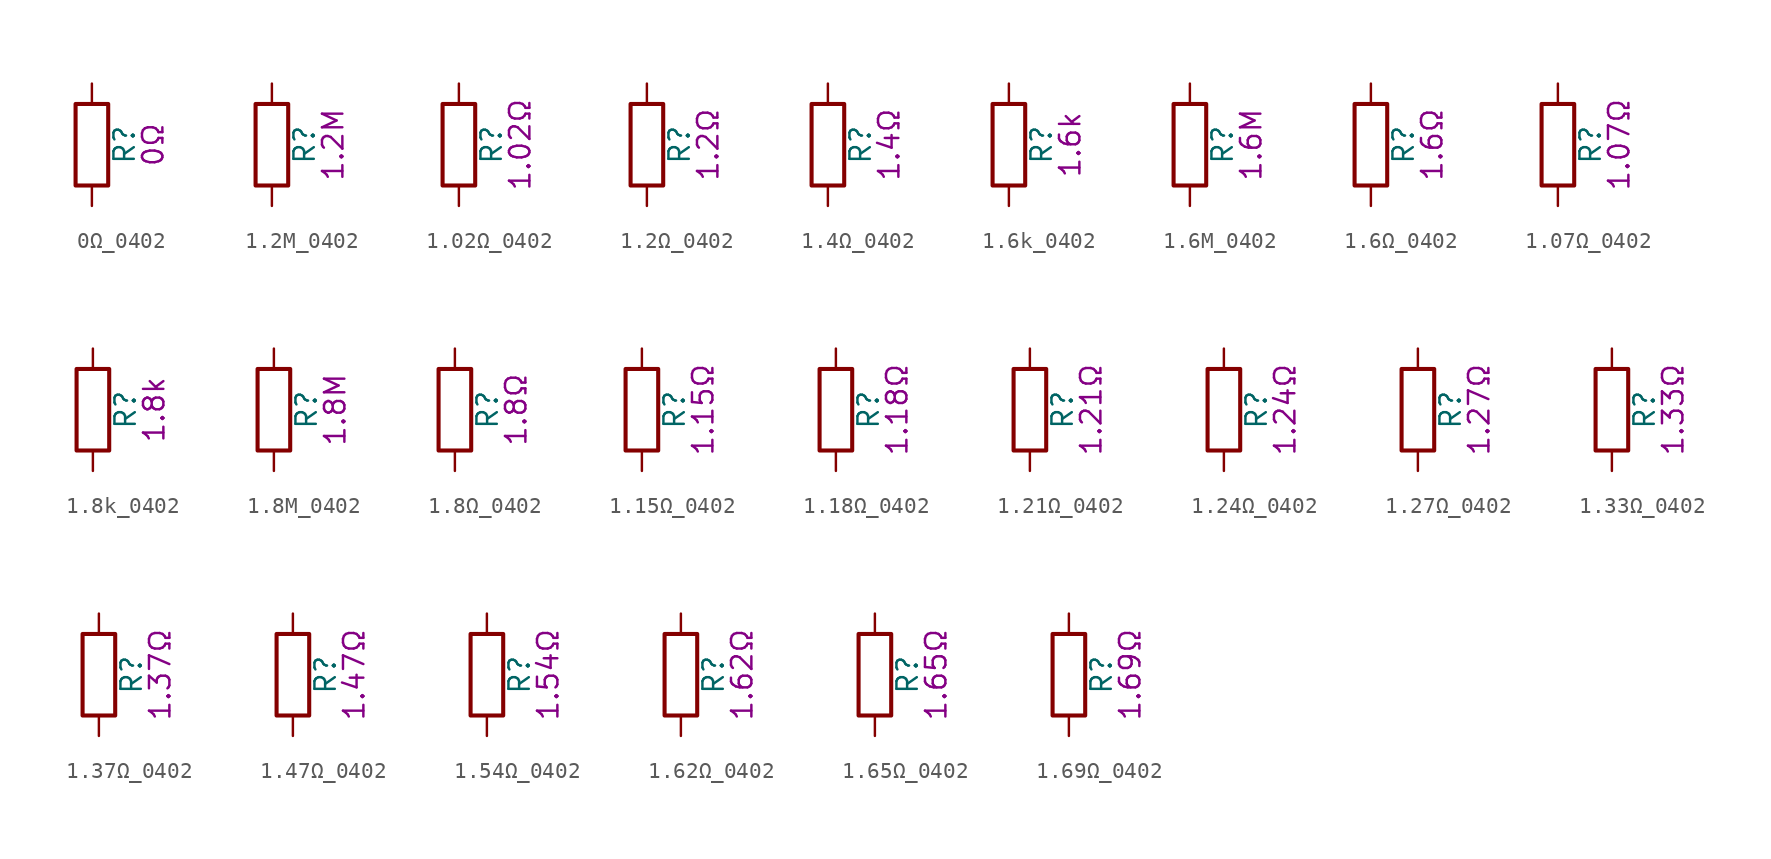
<source format=kicad_sym>
(kicad_symbol_lib
  (version 20211014)
  (generator kicad_symbol_editor)
  (symbol "0Ω_0402"
    (pin_numbers hide)
    (pin_names
      (offset 0))
    (property "Reference" "R"
      (at 2.032 0 90)
      (effects (font (size 1.27 1.27))))
    (property "Display" "0Ω"
      (at 3.81 0 90)
      (effects (font (size 1.27 1.27))))
    (symbol "0Ω_0402_0_1"
      (rectangle (start -1.016 -2.54) (end 1.016 2.54) (stroke (width 0.254) (type default) (color 0 0 0 0)) (fill (type none))))
    (symbol "0Ω_0402_1_1"
      (pin passive line (at 0 3.81 270) (length 1.27) (name "~" (effects (font (size 1.27 1.27)))) (number "1" (effects (font (size 1.27 1.27)))))
      (pin passive line (at 0 -3.81 90) (length 1.27) (name "~" (effects (font (size 1.27 1.27)))) (number "2" (effects (font (size 1.27 1.27)))))))
  (symbol "1.2M_0402"
    (pin_numbers hide)
    (pin_names
      (offset 0))
    (property "Reference" "R"
      (at 2.032 0 90)
      (effects (font (size 1.27 1.27))))
    (property "Display" "1.2M"
      (at 3.81 0 90)
      (effects (font (size 1.27 1.27))))
    (symbol "1.2M_0402_0_1"
      (rectangle (start -1.016 -2.54) (end 1.016 2.54) (stroke (width 0.254) (type default) (color 0 0 0 0)) (fill (type none))))
    (symbol "1.2M_0402_1_1"
      (pin passive line (at 0 3.81 270) (length 1.27) (name "~" (effects (font (size 1.27 1.27)))) (number "1" (effects (font (size 1.27 1.27)))))
      (pin passive line (at 0 -3.81 90) (length 1.27) (name "~" (effects (font (size 1.27 1.27)))) (number "2" (effects (font (size 1.27 1.27)))))))
  (symbol "1.02Ω_0402"
    (pin_numbers hide)
    (pin_names
      (offset 0))
    (property "Reference" "R"
      (at 2.032 0 90)
      (effects (font (size 1.27 1.27))))
    (property "Display" "1.02Ω"
      (at 3.81 0 90)
      (effects (font (size 1.27 1.27))))
    (symbol "1.02Ω_0402_0_1"
      (rectangle (start -1.016 -2.54) (end 1.016 2.54) (stroke (width 0.254) (type default) (color 0 0 0 0)) (fill (type none))))
    (symbol "1.02Ω_0402_1_1"
      (pin passive line (at 0 3.81 270) (length 1.27) (name "~" (effects (font (size 1.27 1.27)))) (number "1" (effects (font (size 1.27 1.27)))))
      (pin passive line (at 0 -3.81 90) (length 1.27) (name "~" (effects (font (size 1.27 1.27)))) (number "2" (effects (font (size 1.27 1.27)))))))
  (symbol "1.2Ω_0402"
    (pin_numbers hide)
    (pin_names
      (offset 0))
    (property "Reference" "R"
      (at 2.032 0 90)
      (effects (font (size 1.27 1.27))))
    (property "Display" "1.2Ω"
      (at 3.81 0 90)
      (effects (font (size 1.27 1.27))))
    (symbol "1.2Ω_0402_0_1"
      (rectangle (start -1.016 -2.54) (end 1.016 2.54) (stroke (width 0.254) (type default) (color 0 0 0 0)) (fill (type none))))
    (symbol "1.2Ω_0402_1_1"
      (pin passive line (at 0 3.81 270) (length 1.27) (name "~" (effects (font (size 1.27 1.27)))) (number "1" (effects (font (size 1.27 1.27)))))
      (pin passive line (at 0 -3.81 90) (length 1.27) (name "~" (effects (font (size 1.27 1.27)))) (number "2" (effects (font (size 1.27 1.27)))))))
  (symbol "1.4Ω_0402"
    (pin_numbers hide)
    (pin_names
      (offset 0))
    (property "Reference" "R"
      (at 2.032 0 90)
      (effects (font (size 1.27 1.27))))
    (property "Display" "1.4Ω"
      (at 3.81 0 90)
      (effects (font (size 1.27 1.27))))
    (symbol "1.4Ω_0402_0_1"
      (rectangle (start -1.016 -2.54) (end 1.016 2.54) (stroke (width 0.254) (type default) (color 0 0 0 0)) (fill (type none))))
    (symbol "1.4Ω_0402_1_1"
      (pin passive line (at 0 3.81 270) (length 1.27) (name "~" (effects (font (size 1.27 1.27)))) (number "1" (effects (font (size 1.27 1.27)))))
      (pin passive line (at 0 -3.81 90) (length 1.27) (name "~" (effects (font (size 1.27 1.27)))) (number "2" (effects (font (size 1.27 1.27)))))))
  (symbol "1.6k_0402"
    (pin_numbers hide)
    (pin_names
      (offset 0))
    (property "Reference" "R"
      (at 2.032 0 90)
      (effects (font (size 1.27 1.27))))
    (property "Display" "1.6k"
      (at 3.81 0 90)
      (effects (font (size 1.27 1.27))))
    (symbol "1.6k_0402_0_1"
      (rectangle (start -1.016 -2.54) (end 1.016 2.54) (stroke (width 0.254) (type default) (color 0 0 0 0)) (fill (type none))))
    (symbol "1.6k_0402_1_1"
      (pin passive line (at 0 3.81 270) (length 1.27) (name "~" (effects (font (size 1.27 1.27)))) (number "1" (effects (font (size 1.27 1.27)))))
      (pin passive line (at 0 -3.81 90) (length 1.27) (name "~" (effects (font (size 1.27 1.27)))) (number "2" (effects (font (size 1.27 1.27)))))))
  (symbol "1.6M_0402"
    (pin_numbers hide)
    (pin_names
      (offset 0))
    (property "Reference" "R"
      (at 2.032 0 90)
      (effects (font (size 1.27 1.27))))
    (property "Display" "1.6M"
      (at 3.81 0 90)
      (effects (font (size 1.27 1.27))))
    (symbol "1.6M_0402_0_1"
      (rectangle (start -1.016 -2.54) (end 1.016 2.54) (stroke (width 0.254) (type default) (color 0 0 0 0)) (fill (type none))))
    (symbol "1.6M_0402_1_1"
      (pin passive line (at 0 3.81 270) (length 1.27) (name "~" (effects (font (size 1.27 1.27)))) (number "1" (effects (font (size 1.27 1.27)))))
      (pin passive line (at 0 -3.81 90) (length 1.27) (name "~" (effects (font (size 1.27 1.27)))) (number "2" (effects (font (size 1.27 1.27)))))))
  (symbol "1.6Ω_0402"
    (pin_numbers hide)
    (pin_names
      (offset 0))
    (property "Reference" "R"
      (at 2.032 0 90)
      (effects (font (size 1.27 1.27))))
    (property "Display" "1.6Ω"
      (at 3.81 0 90)
      (effects (font (size 1.27 1.27))))
    (symbol "1.6Ω_0402_0_1"
      (rectangle (start -1.016 -2.54) (end 1.016 2.54) (stroke (width 0.254) (type default) (color 0 0 0 0)) (fill (type none))))
    (symbol "1.6Ω_0402_1_1"
      (pin passive line (at 0 3.81 270) (length 1.27) (name "~" (effects (font (size 1.27 1.27)))) (number "1" (effects (font (size 1.27 1.27)))))
      (pin passive line (at 0 -3.81 90) (length 1.27) (name "~" (effects (font (size 1.27 1.27)))) (number "2" (effects (font (size 1.27 1.27)))))))
  (symbol "1.07Ω_0402"
    (pin_numbers hide)
    (pin_names
      (offset 0))
    (property "Reference" "R"
      (at 2.032 0 90)
      (effects (font (size 1.27 1.27))))
    (property "Display" "1.07Ω"
      (at 3.81 0 90)
      (effects (font (size 1.27 1.27))))
    (symbol "1.07Ω_0402_0_1"
      (rectangle (start -1.016 -2.54) (end 1.016 2.54) (stroke (width 0.254) (type default) (color 0 0 0 0)) (fill (type none))))
    (symbol "1.07Ω_0402_1_1"
      (pin passive line (at 0 3.81 270) (length 1.27) (name "~" (effects (font (size 1.27 1.27)))) (number "1" (effects (font (size 1.27 1.27)))))
      (pin passive line (at 0 -3.81 90) (length 1.27) (name "~" (effects (font (size 1.27 1.27)))) (number "2" (effects (font (size 1.27 1.27)))))))
  (symbol "1.8k_0402"
    (pin_numbers hide)
    (pin_names
      (offset 0))
    (property "Reference" "R"
      (at 2.032 0 90)
      (effects (font (size 1.27 1.27))))
    (property "Display" "1.8k"
      (at 3.81 0 90)
      (effects (font (size 1.27 1.27))))
    (symbol "1.8k_0402_0_1"
      (rectangle (start -1.016 -2.54) (end 1.016 2.54) (stroke (width 0.254) (type default) (color 0 0 0 0)) (fill (type none))))
    (symbol "1.8k_0402_1_1"
      (pin passive line (at 0 3.81 270) (length 1.27) (name "~" (effects (font (size 1.27 1.27)))) (number "1" (effects (font (size 1.27 1.27)))))
      (pin passive line (at 0 -3.81 90) (length 1.27) (name "~" (effects (font (size 1.27 1.27)))) (number "2" (effects (font (size 1.27 1.27)))))))
  (symbol "1.8M_0402"
    (pin_numbers hide)
    (pin_names
      (offset 0))
    (property "Reference" "R"
      (at 2.032 0 90)
      (effects (font (size 1.27 1.27))))
    (property "Display" "1.8M"
      (at 3.81 0 90)
      (effects (font (size 1.27 1.27))))
    (symbol "1.8M_0402_0_1"
      (rectangle (start -1.016 -2.54) (end 1.016 2.54) (stroke (width 0.254) (type default) (color 0 0 0 0)) (fill (type none))))
    (symbol "1.8M_0402_1_1"
      (pin passive line (at 0 3.81 270) (length 1.27) (name "~" (effects (font (size 1.27 1.27)))) (number "1" (effects (font (size 1.27 1.27)))))
      (pin passive line (at 0 -3.81 90) (length 1.27) (name "~" (effects (font (size 1.27 1.27)))) (number "2" (effects (font (size 1.27 1.27)))))))
  (symbol "1.8Ω_0402"
    (pin_numbers hide)
    (pin_names
      (offset 0))
    (property "Reference" "R"
      (at 2.032 0 90)
      (effects (font (size 1.27 1.27))))
    (property "Display" "1.8Ω"
      (at 3.81 0 90)
      (effects (font (size 1.27 1.27))))
    (symbol "1.8Ω_0402_0_1"
      (rectangle (start -1.016 -2.54) (end 1.016 2.54) (stroke (width 0.254) (type default) (color 0 0 0 0)) (fill (type none))))
    (symbol "1.8Ω_0402_1_1"
      (pin passive line (at 0 3.81 270) (length 1.27) (name "~" (effects (font (size 1.27 1.27)))) (number "1" (effects (font (size 1.27 1.27)))))
      (pin passive line (at 0 -3.81 90) (length 1.27) (name "~" (effects (font (size 1.27 1.27)))) (number "2" (effects (font (size 1.27 1.27)))))))
  (symbol "1.15Ω_0402"
    (pin_numbers hide)
    (pin_names
      (offset 0))
    (property "Reference" "R"
      (at 2.032 0 90)
      (effects (font (size 1.27 1.27))))
    (property "Display" "1.15Ω"
      (at 3.81 0 90)
      (effects (font (size 1.27 1.27))))
    (symbol "1.15Ω_0402_0_1"
      (rectangle (start -1.016 -2.54) (end 1.016 2.54) (stroke (width 0.254) (type default) (color 0 0 0 0)) (fill (type none))))
    (symbol "1.15Ω_0402_1_1"
      (pin passive line (at 0 3.81 270) (length 1.27) (name "~" (effects (font (size 1.27 1.27)))) (number "1" (effects (font (size 1.27 1.27)))))
      (pin passive line (at 0 -3.81 90) (length 1.27) (name "~" (effects (font (size 1.27 1.27)))) (number "2" (effects (font (size 1.27 1.27)))))))
  (symbol "1.18Ω_0402"
    (pin_numbers hide)
    (pin_names
      (offset 0))
    (property "Reference" "R"
      (at 2.032 0 90)
      (effects (font (size 1.27 1.27))))
    (property "Display" "1.18Ω"
      (at 3.81 0 90)
      (effects (font (size 1.27 1.27))))
    (symbol "1.18Ω_0402_0_1"
      (rectangle (start -1.016 -2.54) (end 1.016 2.54) (stroke (width 0.254) (type default) (color 0 0 0 0)) (fill (type none))))
    (symbol "1.18Ω_0402_1_1"
      (pin passive line (at 0 3.81 270) (length 1.27) (name "~" (effects (font (size 1.27 1.27)))) (number "1" (effects (font (size 1.27 1.27)))))
      (pin passive line (at 0 -3.81 90) (length 1.27) (name "~" (effects (font (size 1.27 1.27)))) (number "2" (effects (font (size 1.27 1.27)))))))
  (symbol "1.21Ω_0402"
    (pin_numbers hide)
    (pin_names
      (offset 0))
    (property "Reference" "R"
      (at 2.032 0 90)
      (effects (font (size 1.27 1.27))))
    (property "Display" "1.21Ω"
      (at 3.81 0 90)
      (effects (font (size 1.27 1.27))))
    (symbol "1.21Ω_0402_0_1"
      (rectangle (start -1.016 -2.54) (end 1.016 2.54) (stroke (width 0.254) (type default) (color 0 0 0 0)) (fill (type none))))
    (symbol "1.21Ω_0402_1_1"
      (pin passive line (at 0 3.81 270) (length 1.27) (name "~" (effects (font (size 1.27 1.27)))) (number "1" (effects (font (size 1.27 1.27)))))
      (pin passive line (at 0 -3.81 90) (length 1.27) (name "~" (effects (font (size 1.27 1.27)))) (number "2" (effects (font (size 1.27 1.27)))))))
  (symbol "1.24Ω_0402"
    (pin_numbers hide)
    (pin_names
      (offset 0))
    (property "Reference" "R"
      (at 2.032 0 90)
      (effects (font (size 1.27 1.27))))
    (property "Display" "1.24Ω"
      (at 3.81 0 90)
      (effects (font (size 1.27 1.27))))
    (symbol "1.24Ω_0402_0_1"
      (rectangle (start -1.016 -2.54) (end 1.016 2.54) (stroke (width 0.254) (type default) (color 0 0 0 0)) (fill (type none))))
    (symbol "1.24Ω_0402_1_1"
      (pin passive line (at 0 3.81 270) (length 1.27) (name "~" (effects (font (size 1.27 1.27)))) (number "1" (effects (font (size 1.27 1.27)))))
      (pin passive line (at 0 -3.81 90) (length 1.27) (name "~" (effects (font (size 1.27 1.27)))) (number "2" (effects (font (size 1.27 1.27)))))))
  (symbol "1.27Ω_0402"
    (pin_numbers hide)
    (pin_names
      (offset 0))
    (property "Reference" "R"
      (at 2.032 0 90)
      (effects (font (size 1.27 1.27))))
    (property "Display" "1.27Ω"
      (at 3.81 0 90)
      (effects (font (size 1.27 1.27))))
    (symbol "1.27Ω_0402_0_1"
      (rectangle (start -1.016 -2.54) (end 1.016 2.54) (stroke (width 0.254) (type default) (color 0 0 0 0)) (fill (type none))))
    (symbol "1.27Ω_0402_1_1"
      (pin passive line (at 0 3.81 270) (length 1.27) (name "~" (effects (font (size 1.27 1.27)))) (number "1" (effects (font (size 1.27 1.27)))))
      (pin passive line (at 0 -3.81 90) (length 1.27) (name "~" (effects (font (size 1.27 1.27)))) (number "2" (effects (font (size 1.27 1.27)))))))
  (symbol "1.33Ω_0402"
    (pin_numbers hide)
    (pin_names
      (offset 0))
    (property "Reference" "R"
      (at 2.032 0 90)
      (effects (font (size 1.27 1.27))))
    (property "Display" "1.33Ω"
      (at 3.81 0 90)
      (effects (font (size 1.27 1.27))))
    (symbol "1.33Ω_0402_0_1"
      (rectangle (start -1.016 -2.54) (end 1.016 2.54) (stroke (width 0.254) (type default) (color 0 0 0 0)) (fill (type none))))
    (symbol "1.33Ω_0402_1_1"
      (pin passive line (at 0 3.81 270) (length 1.27) (name "~" (effects (font (size 1.27 1.27)))) (number "1" (effects (font (size 1.27 1.27)))))
      (pin passive line (at 0 -3.81 90) (length 1.27) (name "~" (effects (font (size 1.27 1.27)))) (number "2" (effects (font (size 1.27 1.27)))))))
  (symbol "1.37Ω_0402"
    (pin_numbers hide)
    (pin_names
      (offset 0))
    (property "Reference" "R"
      (at 2.032 0 90)
      (effects (font (size 1.27 1.27))))
    (property "Display" "1.37Ω"
      (at 3.81 0 90)
      (effects (font (size 1.27 1.27))))
    (symbol "1.37Ω_0402_0_1"
      (rectangle (start -1.016 -2.54) (end 1.016 2.54) (stroke (width 0.254) (type default) (color 0 0 0 0)) (fill (type none))))
    (symbol "1.37Ω_0402_1_1"
      (pin passive line (at 0 3.81 270) (length 1.27) (name "~" (effects (font (size 1.27 1.27)))) (number "1" (effects (font (size 1.27 1.27)))))
      (pin passive line (at 0 -3.81 90) (length 1.27) (name "~" (effects (font (size 1.27 1.27)))) (number "2" (effects (font (size 1.27 1.27)))))))
  (symbol "1.47Ω_0402"
    (pin_numbers hide)
    (pin_names
      (offset 0))
    (property "Reference" "R"
      (at 2.032 0 90)
      (effects (font (size 1.27 1.27))))
    (property "Display" "1.47Ω"
      (at 3.81 0 90)
      (effects (font (size 1.27 1.27))))
    (symbol "1.47Ω_0402_0_1"
      (rectangle (start -1.016 -2.54) (end 1.016 2.54) (stroke (width 0.254) (type default) (color 0 0 0 0)) (fill (type none))))
    (symbol "1.47Ω_0402_1_1"
      (pin passive line (at 0 3.81 270) (length 1.27) (name "~" (effects (font (size 1.27 1.27)))) (number "1" (effects (font (size 1.27 1.27)))))
      (pin passive line (at 0 -3.81 90) (length 1.27) (name "~" (effects (font (size 1.27 1.27)))) (number "2" (effects (font (size 1.27 1.27)))))))
  (symbol "1.54Ω_0402"
    (pin_numbers hide)
    (pin_names
      (offset 0))
    (property "Reference" "R"
      (at 2.032 0 90)
      (effects (font (size 1.27 1.27))))
    (property "Display" "1.54Ω"
      (at 3.81 0 90)
      (effects (font (size 1.27 1.27))))
    (symbol "1.54Ω_0402_0_1"
      (rectangle (start -1.016 -2.54) (end 1.016 2.54) (stroke (width 0.254) (type default) (color 0 0 0 0)) (fill (type none))))
    (symbol "1.54Ω_0402_1_1"
      (pin passive line (at 0 3.81 270) (length 1.27) (name "~" (effects (font (size 1.27 1.27)))) (number "1" (effects (font (size 1.27 1.27)))))
      (pin passive line (at 0 -3.81 90) (length 1.27) (name "~" (effects (font (size 1.27 1.27)))) (number "2" (effects (font (size 1.27 1.27)))))))
  (symbol "1.62Ω_0402"
    (pin_numbers hide)
    (pin_names
      (offset 0))
    (property "Reference" "R"
      (at 2.032 0 90)
      (effects (font (size 1.27 1.27))))
    (property "Display" "1.62Ω"
      (at 3.81 0 90)
      (effects (font (size 1.27 1.27))))
    (symbol "1.62Ω_0402_0_1"
      (rectangle (start -1.016 -2.54) (end 1.016 2.54) (stroke (width 0.254) (type default) (color 0 0 0 0)) (fill (type none))))
    (symbol "1.62Ω_0402_1_1"
      (pin passive line (at 0 3.81 270) (length 1.27) (name "~" (effects (font (size 1.27 1.27)))) (number "1" (effects (font (size 1.27 1.27)))))
      (pin passive line (at 0 -3.81 90) (length 1.27) (name "~" (effects (font (size 1.27 1.27)))) (number "2" (effects (font (size 1.27 1.27)))))))
  (symbol "1.65Ω_0402"
    (pin_numbers hide)
    (pin_names
      (offset 0))
    (property "Reference" "R"
      (at 2.032 0 90)
      (effects (font (size 1.27 1.27))))
    (property "Display" "1.65Ω"
      (at 3.81 0 90)
      (effects (font (size 1.27 1.27))))
    (symbol "1.65Ω_0402_0_1"
      (rectangle (start -1.016 -2.54) (end 1.016 2.54) (stroke (width 0.254) (type default) (color 0 0 0 0)) (fill (type none))))
    (symbol "1.65Ω_0402_1_1"
      (pin passive line (at 0 3.81 270) (length 1.27) (name "~" (effects (font (size 1.27 1.27)))) (number "1" (effects (font (size 1.27 1.27)))))
      (pin passive line (at 0 -3.81 90) (length 1.27) (name "~" (effects (font (size 1.27 1.27)))) (number "2" (effects (font (size 1.27 1.27)))))))
  (symbol "1.69Ω_0402"
    (pin_numbers hide)
    (pin_names
      (offset 0))
    (property "Reference" "R"
      (at 2.032 0 90)
      (effects (font (size 1.27 1.27))))
    (property "Display" "1.69Ω"
      (at 3.81 0 90)
      (effects (font (size 1.27 1.27))))
    (symbol "1.69Ω_0402_0_1"
      (rectangle (start -1.016 -2.54) (end 1.016 2.54) (stroke (width 0.254) (type default) (color 0 0 0 0)) (fill (type none))))
    (symbol "1.69Ω_0402_1_1"
      (pin passive line (at 0 3.81 270) (length 1.27) (name "~" (effects (font (size 1.27 1.27)))) (number "1" (effects (font (size 1.27 1.27)))))
      (pin passive line (at 0 -3.81 90) (length 1.27) (name "~" (effects (font (size 1.27 1.27)))) (number "2" (effects (font (size 1.27 1.27))))))))
</source>
